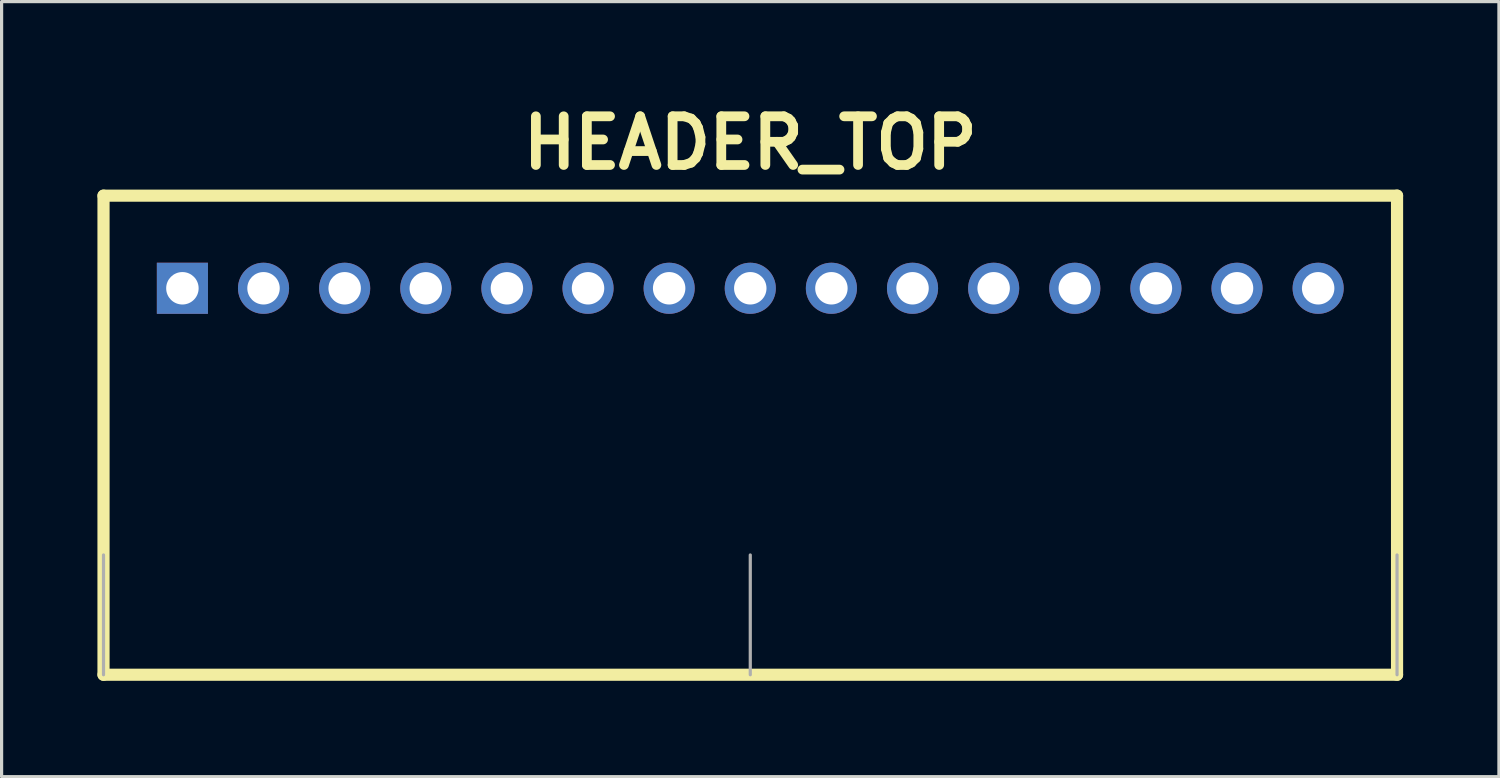
<source format=kicad_pcb>
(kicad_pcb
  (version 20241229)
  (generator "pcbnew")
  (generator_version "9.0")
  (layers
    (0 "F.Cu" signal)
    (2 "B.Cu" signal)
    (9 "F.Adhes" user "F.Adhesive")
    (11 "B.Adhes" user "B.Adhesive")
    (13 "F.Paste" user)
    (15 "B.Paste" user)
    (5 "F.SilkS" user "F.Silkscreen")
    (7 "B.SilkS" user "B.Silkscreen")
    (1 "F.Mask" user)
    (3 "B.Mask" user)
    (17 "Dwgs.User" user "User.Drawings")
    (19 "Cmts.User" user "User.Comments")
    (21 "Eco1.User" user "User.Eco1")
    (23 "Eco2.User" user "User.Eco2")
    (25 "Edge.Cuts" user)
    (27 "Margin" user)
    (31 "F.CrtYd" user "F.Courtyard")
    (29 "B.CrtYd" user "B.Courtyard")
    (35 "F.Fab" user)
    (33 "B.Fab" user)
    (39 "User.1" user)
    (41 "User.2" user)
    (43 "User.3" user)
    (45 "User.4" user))
  (footprint "HEADER_TOP"
    (layer "F.Cu")
    (at 20.441 5.976)
    (property "Reference" "HEADER_TOP" (at 0 -4.55 180) (layer "F.SilkS") (effects (font (size 1.524 1.524) (thickness 0.305))))
    (fp_line (start -20.25 -2.9) (end -20.25 12.1) (stroke (width 0.381) (type solid)) (layer "F.SilkS"))
    (fp_line (start -20.25 12.1) (end 20.25 12.1) (stroke (width 0.381) (type solid)) (layer "F.SilkS"))
    (fp_line (start 20.25 -2.9) (end -20.25 -2.9) (stroke (width 0.381) (type solid)) (layer "F.SilkS"))
    (fp_line (start 20.25 -2.9) (end 20.25 12.1) (stroke (width 0.381) (type solid)) (layer "F.SilkS"))
    (fp_line (start -20.25 12.1) (end -20.25 8.35) (stroke (width 0.1) (type default)) (layer "F.Fab"))
    (fp_line (start 0 12.1) (end 0 8.35) (stroke (width 0.1) (type default)) (layer "F.Fab"))
    (fp_line (start 20.25 12.1) (end 20.25 8.35) (stroke (width 0.1) (type default)) (layer "F.Fab"))
    (pad "1" thru_hole rect (at -17.78 0) (size 1.6 1.6) (drill 1.016) (layers "*.Cu" "*.Mask"))
    (pad "2" thru_hole circle (at -15.24 0) (size 1.6 1.6) (drill 1.016) (layers "*.Cu" "*.Mask"))
    (pad "3" thru_hole circle (at -12.7 0) (size 1.6 1.6) (drill 1.016) (layers "*.Cu" "*.Mask"))
    (pad "4" thru_hole circle (at -10.16 0) (size 1.6 1.6) (drill 1.016) (layers "*.Cu" "*.Mask"))
    (pad "5" thru_hole circle (at -7.62 0) (size 1.6 1.6) (drill 1.016) (layers "*.Cu" "*.Mask"))
    (pad "6" thru_hole circle (at -5.08 0) (size 1.6 1.6) (drill 1.016) (layers "*.Cu" "*.Mask"))
    (pad "7" thru_hole circle (at -2.54 0) (size 1.6 1.6) (drill 1.016) (layers "*.Cu" "*.Mask"))
    (pad "8" thru_hole circle (at 0 0) (size 1.6 1.6) (drill 1.016) (layers "*.Cu" "*.Mask"))
    (pad "9" thru_hole circle (at 2.54 0) (size 1.6 1.6) (drill 1.016) (layers "*.Cu" "*.Mask"))
    (pad "10" thru_hole circle (at 5.08 0) (size 1.6 1.6) (drill 1.016) (layers "*.Cu" "*.Mask"))
    (pad "11" thru_hole circle (at 7.62 0) (size 1.6 1.6) (drill 1.016) (layers "*.Cu" "*.Mask"))
    (pad "12" thru_hole circle (at 10.16 0) (size 1.6 1.6) (drill 1.016) (layers "*.Cu" "*.Mask"))
    (pad "13" thru_hole circle (at 12.7 0) (size 1.6 1.6) (drill 1.016) (layers "*.Cu" "*.Mask"))
    (pad "14" thru_hole circle (at 15.24 0) (size 1.6 1.6) (drill 1.016) (layers "*.Cu" "*.Mask"))
    (pad "15" thru_hole circle (at 17.78 0) (size 1.6 1.6) (drill 1.016) (layers "*.Cu" "*.Mask")))
  (gr_rect
    (start -3 -3)
    (end 43.881 21.267)
    (stroke (width 0.1) (type default))
    (fill no)
    (layer "Edge.Cuts")))
</source>
